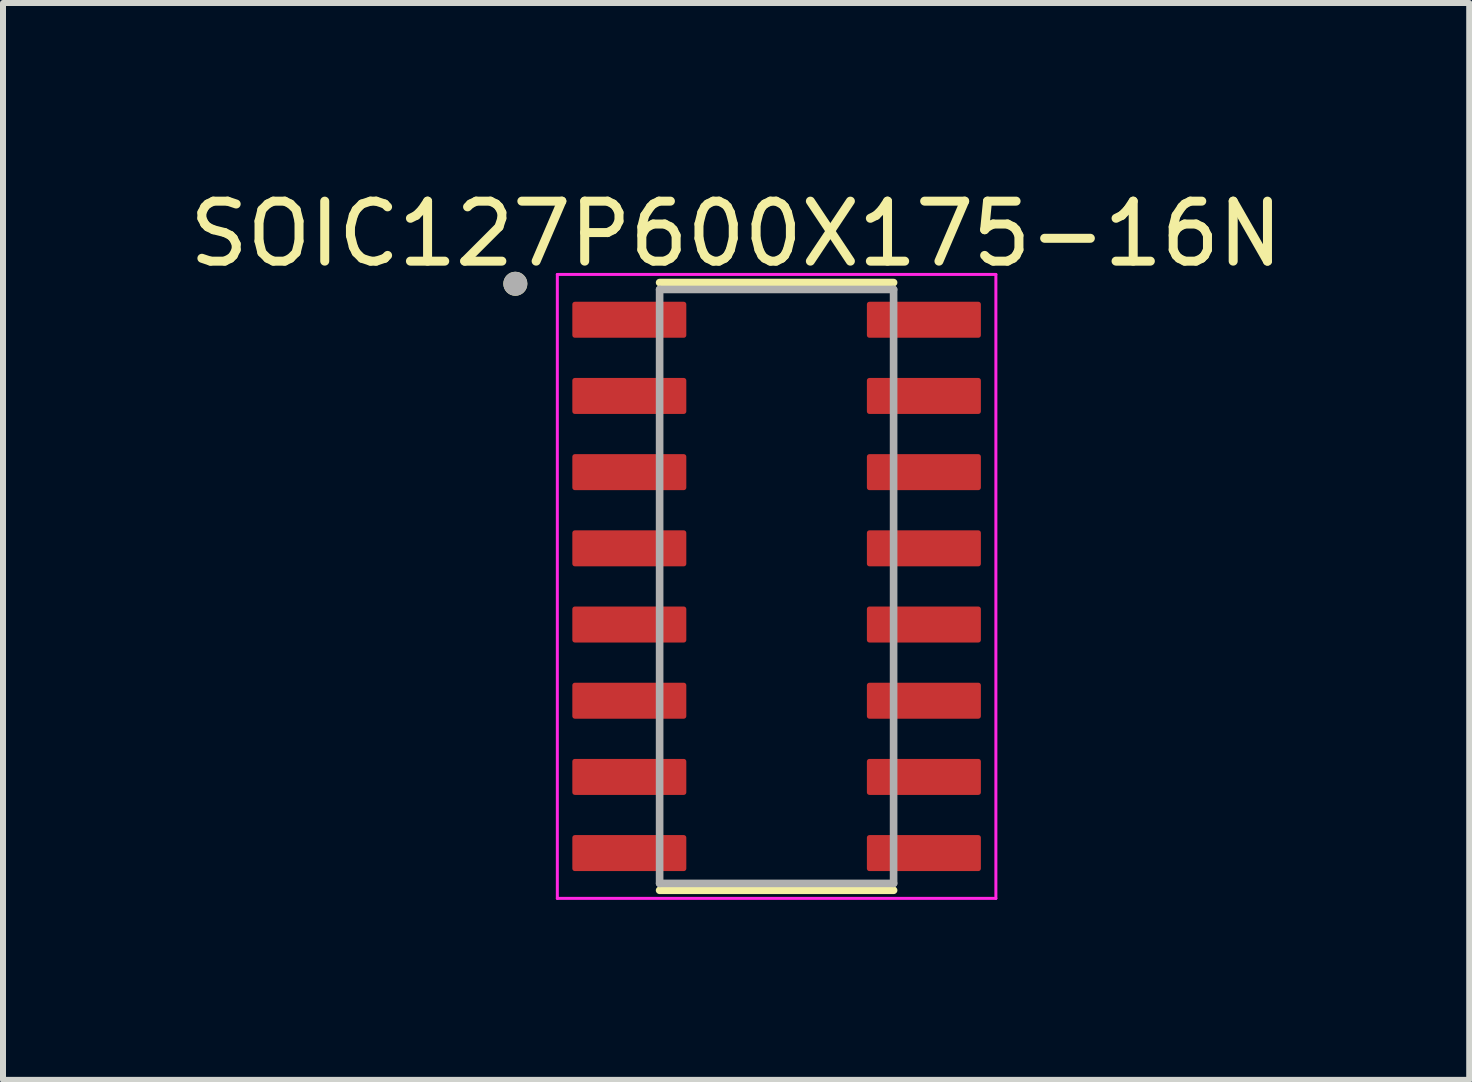
<source format=kicad_pcb>
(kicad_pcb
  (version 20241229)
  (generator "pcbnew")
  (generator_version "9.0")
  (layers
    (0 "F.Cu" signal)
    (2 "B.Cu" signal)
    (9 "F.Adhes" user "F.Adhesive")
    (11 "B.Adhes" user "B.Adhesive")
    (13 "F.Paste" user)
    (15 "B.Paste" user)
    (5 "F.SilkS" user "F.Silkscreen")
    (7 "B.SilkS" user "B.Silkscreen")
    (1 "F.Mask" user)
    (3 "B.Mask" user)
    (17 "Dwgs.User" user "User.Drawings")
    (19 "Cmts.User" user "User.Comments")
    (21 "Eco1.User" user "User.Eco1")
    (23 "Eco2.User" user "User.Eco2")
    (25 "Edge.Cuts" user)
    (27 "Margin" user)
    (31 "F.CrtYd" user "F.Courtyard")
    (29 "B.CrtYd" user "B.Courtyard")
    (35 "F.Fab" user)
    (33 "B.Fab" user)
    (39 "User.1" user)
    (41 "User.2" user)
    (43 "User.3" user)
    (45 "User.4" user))
  (footprint "SOIC127P600X175-16N"
    (layer "F.Cu")
    (at 9.895 6.725)
    (property "Reference" "SOIC127P600X175-16N" (at -0.675 -5.877 0) (layer "F.SilkS") (effects (font (size 1 1) (thickness 0.15))))
    (attr through_hole)
    (fp_line (start -1.95 -5.065) (end 1.95 -5.065) (stroke (width 0.127) (type solid)) (layer "F.SilkS"))
    (fp_line (start -1.95 5.065) (end 1.95 5.065) (stroke (width 0.127) (type solid)) (layer "F.SilkS"))
    (fp_circle (center -4.355 -5.045) (end -4.255 -5.045) (stroke (width 0.2) (type solid)) (fill no) (layer "F.SilkS"))
    (fp_line (start -3.655 -5.2) (end -3.655 5.2) (stroke (width 0.05) (type solid)) (layer "F.CrtYd"))
    (fp_line (start -3.655 -5.2) (end 3.655 -5.2) (stroke (width 0.05) (type solid)) (layer "F.CrtYd"))
    (fp_line (start -3.655 5.2) (end 3.655 5.2) (stroke (width 0.05) (type solid)) (layer "F.CrtYd"))
    (fp_line (start 3.655 -5.2) (end 3.655 5.2) (stroke (width 0.05) (type solid)) (layer "F.CrtYd"))
    (fp_line (start -1.95 -4.95) (end -1.95 4.95) (stroke (width 0.127) (type solid)) (layer "F.Fab"))
    (fp_line (start -1.95 -4.95) (end 1.95 -4.95) (stroke (width 0.127) (type solid)) (layer "F.Fab"))
    (fp_line (start -1.95 4.95) (end 1.95 4.95) (stroke (width 0.127) (type solid)) (layer "F.Fab"))
    (fp_line (start 1.95 -4.95) (end 1.95 4.95) (stroke (width 0.127) (type solid)) (layer "F.Fab"))
    (fp_circle (center -4.355 -5.045) (end -4.255 -5.045) (stroke (width 0.2) (type solid)) (fill no) (layer "F.Fab"))
    (pad "1" smd roundrect (at -2.455 -4.445) (size 1.9 0.6) (layers "F.Cu" "F.Mask" "F.Paste") (roundrect_rratio 0.07))
    (pad "2" smd roundrect (at -2.455 -3.175) (size 1.9 0.6) (layers "F.Cu" "F.Mask" "F.Paste") (roundrect_rratio 0.07))
    (pad "3" smd roundrect (at -2.455 -1.905) (size 1.9 0.6) (layers "F.Cu" "F.Mask" "F.Paste") (roundrect_rratio 0.07))
    (pad "4" smd roundrect (at -2.455 -0.635) (size 1.9 0.6) (layers "F.Cu" "F.Mask" "F.Paste") (roundrect_rratio 0.07))
    (pad "5" smd roundrect (at -2.455 0.635) (size 1.9 0.6) (layers "F.Cu" "F.Mask" "F.Paste") (roundrect_rratio 0.07))
    (pad "6" smd roundrect (at -2.455 1.905) (size 1.9 0.6) (layers "F.Cu" "F.Mask" "F.Paste") (roundrect_rratio 0.07))
    (pad "7" smd roundrect (at -2.455 3.175) (size 1.9 0.6) (layers "F.Cu" "F.Mask" "F.Paste") (roundrect_rratio 0.07))
    (pad "8" smd roundrect (at -2.455 4.445) (size 1.9 0.6) (layers "F.Cu" "F.Mask" "F.Paste") (roundrect_rratio 0.07))
    (pad "9" smd roundrect (at 2.455 4.445) (size 1.9 0.6) (layers "F.Cu" "F.Mask" "F.Paste") (roundrect_rratio 0.07))
    (pad "10" smd roundrect (at 2.455 3.175) (size 1.9 0.6) (layers "F.Cu" "F.Mask" "F.Paste") (roundrect_rratio 0.07))
    (pad "11" smd roundrect (at 2.455 1.905) (size 1.9 0.6) (layers "F.Cu" "F.Mask" "F.Paste") (roundrect_rratio 0.07))
    (pad "12" smd roundrect (at 2.455 0.635) (size 1.9 0.6) (layers "F.Cu" "F.Mask" "F.Paste") (roundrect_rratio 0.07))
    (pad "13" smd roundrect (at 2.455 -0.635) (size 1.9 0.6) (layers "F.Cu" "F.Mask" "F.Paste") (roundrect_rratio 0.07))
    (pad "14" smd roundrect (at 2.455 -1.905) (size 1.9 0.6) (layers "F.Cu" "F.Mask" "F.Paste") (roundrect_rratio 0.07))
    (pad "15" smd roundrect (at 2.455 -3.175) (size 1.9 0.6) (layers "F.Cu" "F.Mask" "F.Paste") (roundrect_rratio 0.07))
    (pad "16" smd roundrect (at 2.455 -4.445) (size 1.9 0.6) (layers "F.Cu" "F.Mask" "F.Paste") (roundrect_rratio 0.07)))
  (gr_rect
    (start -3 -3)
    (end 21.44 14.95)
    (stroke (width 0.1) (type default))
    (fill no)
    (layer "Edge.Cuts")))
</source>
